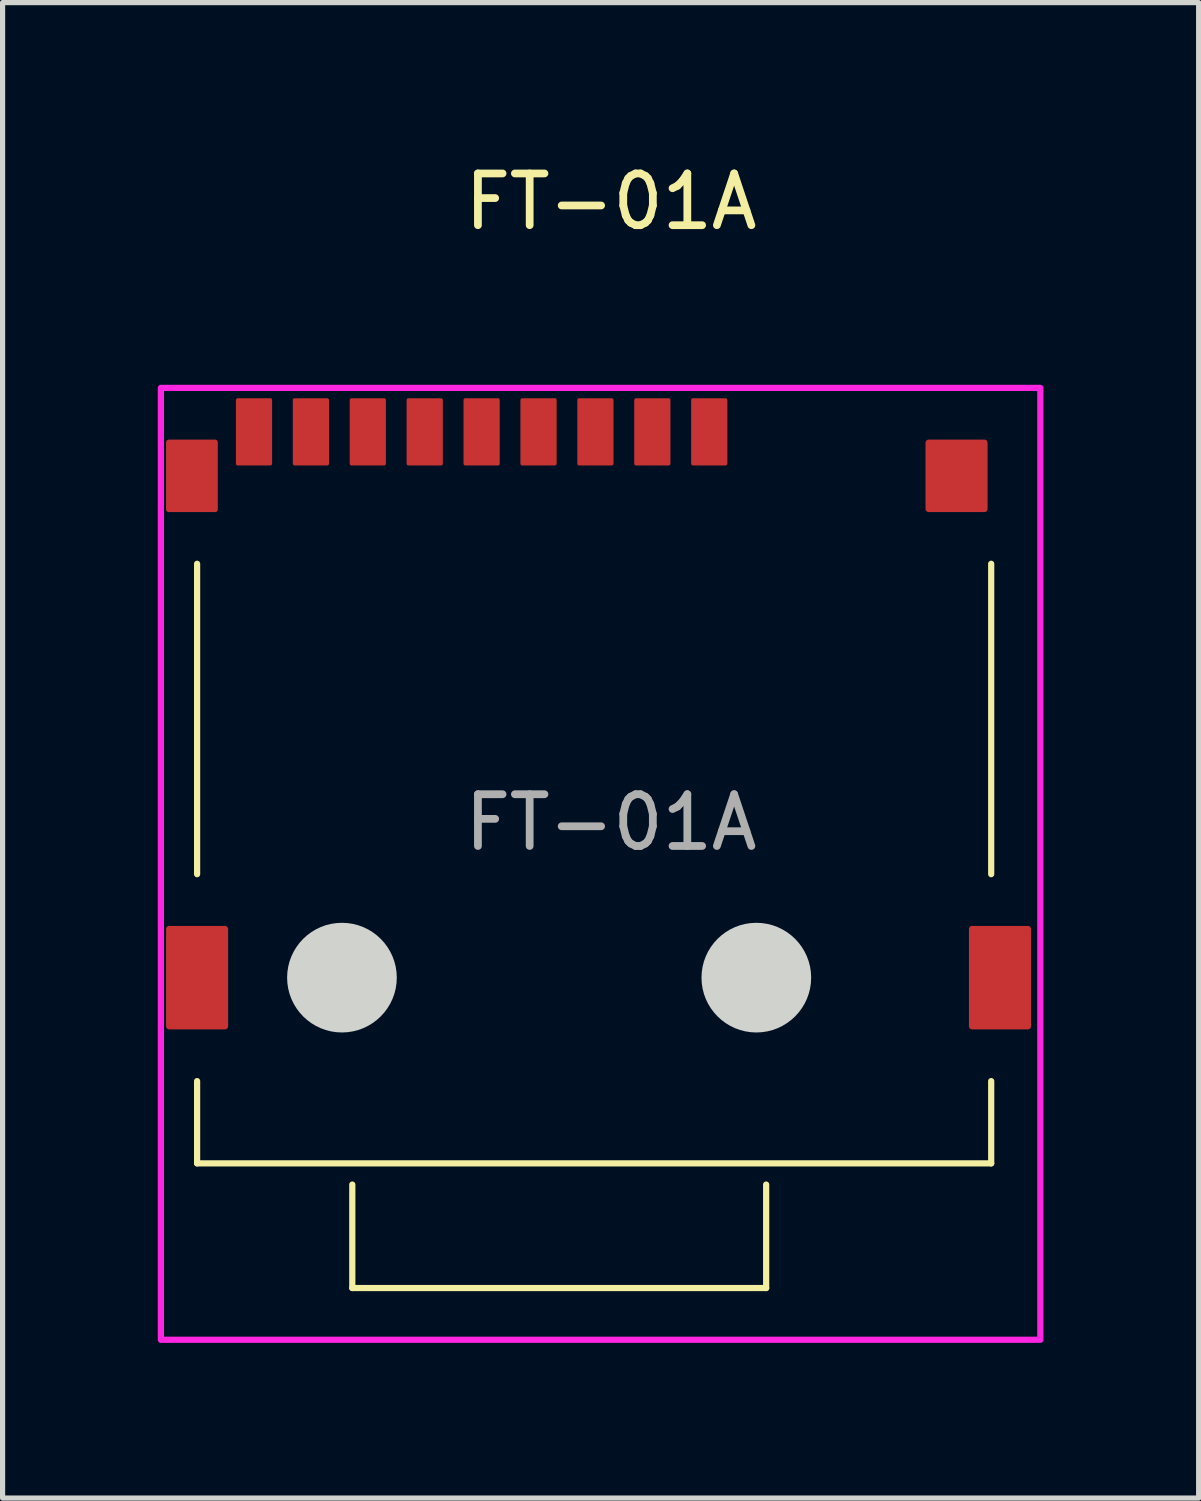
<source format=kicad_pcb>
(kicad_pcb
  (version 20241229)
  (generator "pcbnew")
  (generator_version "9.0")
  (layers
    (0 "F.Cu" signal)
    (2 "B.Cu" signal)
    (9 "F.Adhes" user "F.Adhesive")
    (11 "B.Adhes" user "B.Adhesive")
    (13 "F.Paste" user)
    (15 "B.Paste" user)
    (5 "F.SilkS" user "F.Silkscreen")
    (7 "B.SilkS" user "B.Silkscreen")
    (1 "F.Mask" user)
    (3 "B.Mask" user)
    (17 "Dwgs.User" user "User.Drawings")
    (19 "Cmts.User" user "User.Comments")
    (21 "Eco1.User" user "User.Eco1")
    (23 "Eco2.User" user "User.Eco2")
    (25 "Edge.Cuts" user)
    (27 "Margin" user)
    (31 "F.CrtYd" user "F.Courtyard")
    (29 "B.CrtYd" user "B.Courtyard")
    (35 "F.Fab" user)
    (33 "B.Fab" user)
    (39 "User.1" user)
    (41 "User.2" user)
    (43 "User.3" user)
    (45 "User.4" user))
  (footprint "FT-01A"
    (layer "F.Cu")
    (at 0.76 15.848)
    (property "Reference" "FT-01A" (at 8 -15 0) (unlocked yes) (layer "F.SilkS") (effects (font (size 1 1) (thickness 0.15))))
    (attr smd)
    (fp_line (start 0 -8) (end 0 -2) (stroke (width 0.12) (type solid)) (layer "F.SilkS"))
    (fp_line (start 0 2) (end 0 3.59) (stroke (width 0.12) (type solid)) (layer "F.SilkS"))
    (fp_line (start 0 3.59) (end 15.35 3.59) (stroke (width 0.12) (type solid)) (layer "F.SilkS"))
    (fp_line (start 3 4) (end 3 6) (stroke (width 0.12) (type solid)) (layer "F.SilkS"))
    (fp_line (start 3 6) (end 11 6) (stroke (width 0.12) (type solid)) (layer "F.SilkS"))
    (fp_line (start 11 6) (end 11 4) (stroke (width 0.12) (type solid)) (layer "F.SilkS"))
    (fp_line (start 15.35 -2) (end 15.35 -8) (stroke (width 0.12) (type solid)) (layer "F.SilkS"))
    (fp_line (start 15.35 3.59) (end 15.35 2) (stroke (width 0.12) (type solid)) (layer "F.SilkS"))
    (fp_circle (center 2.8 0) (end 3.8 0) (stroke (width 0.12) (type solid)) (fill yes) (layer "Edge.Cuts"))
    (fp_circle (center 10.81 0) (end 11.81 0) (stroke (width 0.12) (type solid)) (fill yes) (layer "Edge.Cuts"))
    (fp_rect (start -0.7 -11.4) (end 16.3 7) (stroke (width 0.12) (type solid)) (fill no) (layer "F.CrtYd"))
    (fp_text user "${REFERENCE}" (at 8 -3 0) (unlocked yes) (layer "F.Fab") (effects (font (size 1 1) (thickness 0.15))))
    (pad "1" smd roundrect (at 9.9 -10.55) (size 0.7 1.3) (layers "F.Cu" "F.Mask" "F.Paste") (roundrect_rratio 0.05))
    (pad "2" smd roundrect (at 8.8 -10.55) (size 0.7 1.3) (layers "F.Cu" "F.Mask" "F.Paste") (roundrect_rratio 0.05))
    (pad "3" smd roundrect (at 7.7 -10.55) (size 0.7 1.3) (layers "F.Cu" "F.Mask" "F.Paste") (roundrect_rratio 0.05))
    (pad "4" smd roundrect (at 6.6 -10.55) (size 0.7 1.3) (layers "F.Cu" "F.Mask" "F.Paste") (roundrect_rratio 0.05))
    (pad "5" smd roundrect (at 5.5 -10.55) (size 0.7 1.3) (layers "F.Cu" "F.Mask" "F.Paste") (roundrect_rratio 0.05))
    (pad "6" smd roundrect (at 4.4 -10.55) (size 0.7 1.3) (layers "F.Cu" "F.Mask" "F.Paste") (roundrect_rratio 0.05))
    (pad "7" smd roundrect (at 3.3 -10.55) (size 0.7 1.3) (layers "F.Cu" "F.Mask" "F.Paste") (roundrect_rratio 0.05))
    (pad "8" smd roundrect (at 2.2 -10.55) (size 0.7 1.3) (layers "F.Cu" "F.Mask" "F.Paste") (roundrect_rratio 0.05))
    (pad "9" smd roundrect (at 1.1 -10.55) (size 0.7 1.3) (layers "F.Cu" "F.Mask" "F.Paste") (roundrect_rratio 0.05))
    (pad "10" smd roundrect (at -0.1 -9.7) (size 1 1.4) (layers "F.Cu" "F.Mask" "F.Paste") (roundrect_rratio 0.05))
    (pad "11" smd roundrect (at 0 0) (size 1.2 2) (layers "F.Cu" "F.Mask" "F.Paste") (roundrect_rratio 0.05))
    (pad "12" smd roundrect (at 15.52 0) (size 1.2 2) (layers "F.Cu" "F.Mask" "F.Paste") (roundrect_rratio 0.05))
    (pad "13" smd roundrect (at 14.68 -9.7) (size 1.2 1.4) (layers "F.Cu" "F.Mask" "F.Paste") (roundrect_rratio 0.05)))
  (gr_rect
    (start -3 -3)
    (end 20.12 25.908)
    (stroke (width 0.1) (type default))
    (fill no)
    (layer "Edge.Cuts")))
</source>
